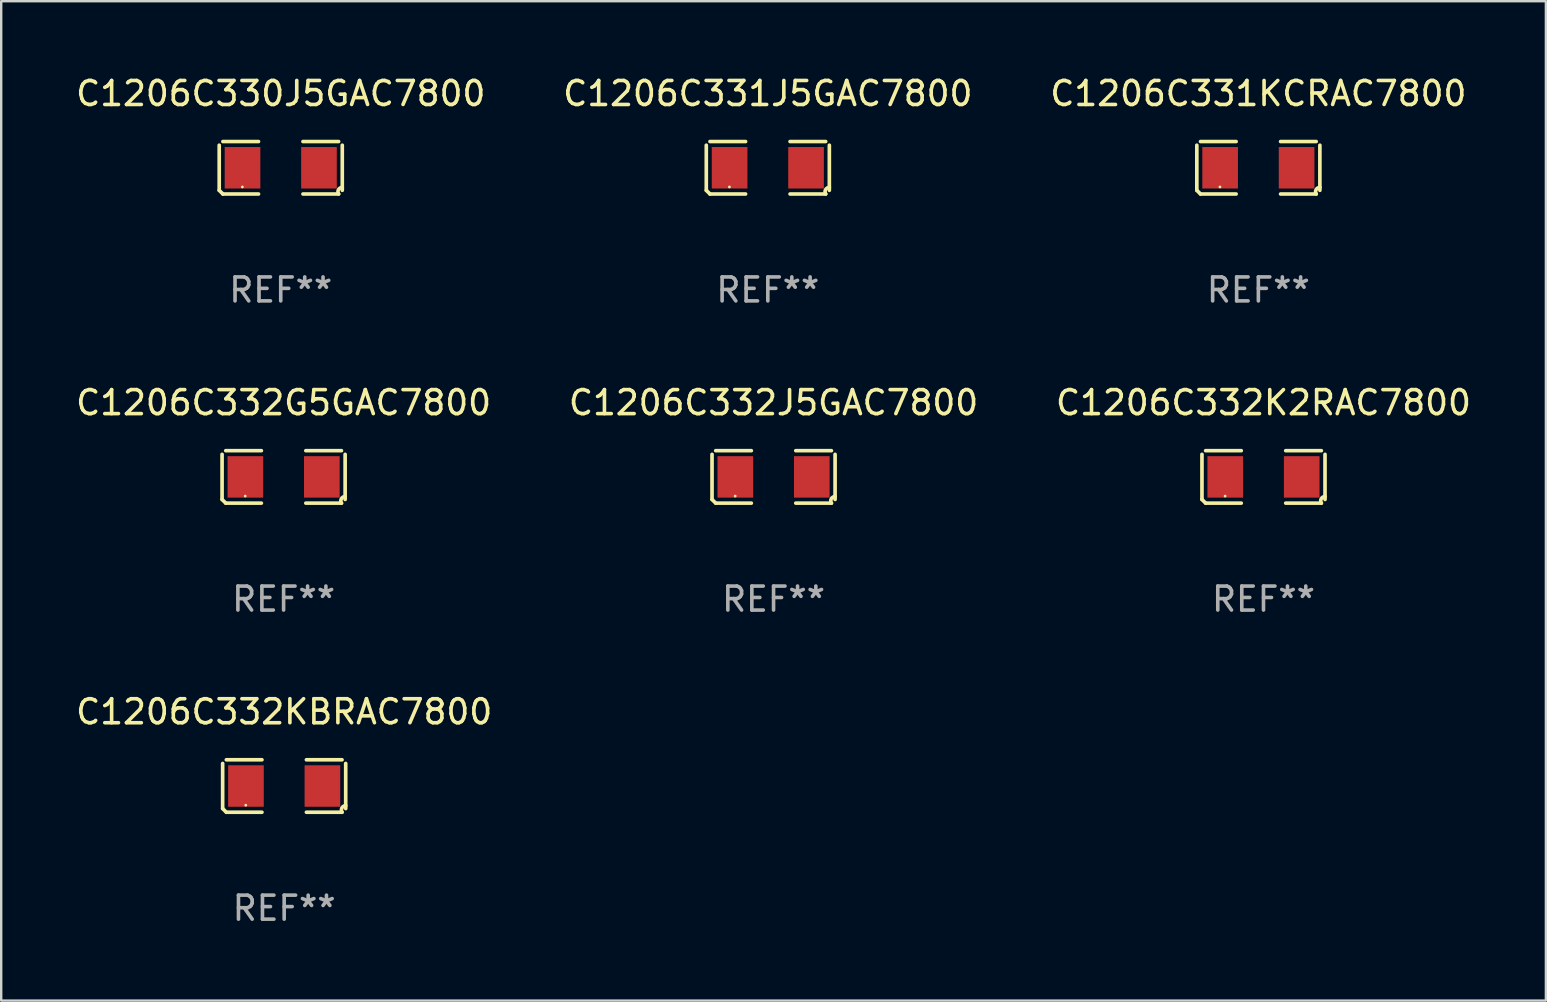
<source format=kicad_pcb>
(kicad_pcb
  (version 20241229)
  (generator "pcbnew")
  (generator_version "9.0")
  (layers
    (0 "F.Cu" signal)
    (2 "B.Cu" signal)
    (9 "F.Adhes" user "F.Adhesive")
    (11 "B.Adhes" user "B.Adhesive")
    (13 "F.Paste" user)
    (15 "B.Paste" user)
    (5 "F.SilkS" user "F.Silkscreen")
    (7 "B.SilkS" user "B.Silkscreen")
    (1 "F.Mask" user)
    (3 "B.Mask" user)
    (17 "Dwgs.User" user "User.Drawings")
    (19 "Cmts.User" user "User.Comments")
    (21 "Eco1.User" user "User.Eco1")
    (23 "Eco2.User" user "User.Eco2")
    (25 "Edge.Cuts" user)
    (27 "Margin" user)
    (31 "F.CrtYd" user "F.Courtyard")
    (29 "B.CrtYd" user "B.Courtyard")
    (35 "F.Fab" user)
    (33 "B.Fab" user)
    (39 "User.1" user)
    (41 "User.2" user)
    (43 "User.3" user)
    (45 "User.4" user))
  (footprint "C1206C332J5GAC7800"
    (layer "F.Cu")
    (at 29.185 16.823)
    (property "Reference" "C1206C332J5GAC7800" (at 0 -3.093 0) (layer "F.SilkS") (effects (font (size 1 1) (thickness 0.15))))
    (attr through_hole)
    (fp_line (start -2.564 0.94) (end -2.564 -0.94) (stroke (width 0.152) (type solid)) (layer "F.SilkS"))
    (fp_line (start -2.411 -1.093) (end -0.926 -1.093) (stroke (width 0.152) (type solid)) (layer "F.SilkS"))
    (fp_line (start -0.926 1.093) (end -2.411 1.093) (stroke (width 0.152) (type solid)) (layer "F.SilkS"))
    (fp_line (start 0.926 1.093) (end 2.411 1.093) (stroke (width 0.152) (type solid)) (layer "F.SilkS"))
    (fp_line (start 2.411 -1.093) (end 0.926 -1.093) (stroke (width 0.152) (type solid)) (layer "F.SilkS"))
    (fp_line (start 2.564 0.94) (end 2.564 -0.94) (stroke (width 0.152) (type solid)) (layer "F.SilkS"))
    (fp_arc (start -2.411201 1.092609) (mid -2.487413 1.01642) (end -2.563602 0.940208) (stroke (width 0.1524) (type solid)) (layer "F.SilkS"))
    (fp_arc (start 2.411201 1.092609) (mid 2.407159 0.911226) (end 2.563602 0.819347) (stroke (width 0.1524) (type solid)) (layer "F.SilkS"))
    (fp_circle (center -1.6 0.8) (end -1.57 0.8) (stroke (width 0.06) (type solid)) (fill no) (layer "F.SilkS"))
    (fp_text user "REF**" (at 0 5.093 0) (layer "F.Fab") (effects (font (size 1 1) (thickness 0.15))))
    (pad "1" smd rect (at -1.593 0) (size 1.485 1.728) (layers "F.Cu" "F.Mask" "F.Paste"))
    (pad "2" smd rect (at 1.593 0) (size 1.485 1.728) (layers "F.Cu" "F.Mask" "F.Paste")))
  (footprint "C1206C331J5GAC7800"
    (layer "F.Cu")
    (at 28.946 3.941)
    (property "Reference" "C1206C331J5GAC7800" (at 0 -3.093 0) (layer "F.SilkS") (effects (font (size 1 1) (thickness 0.15))))
    (attr through_hole)
    (fp_line (start -2.564 0.94) (end -2.564 -0.94) (stroke (width 0.152) (type solid)) (layer "F.SilkS"))
    (fp_line (start -2.411 -1.093) (end -0.926 -1.093) (stroke (width 0.152) (type solid)) (layer "F.SilkS"))
    (fp_line (start -0.926 1.093) (end -2.411 1.093) (stroke (width 0.152) (type solid)) (layer "F.SilkS"))
    (fp_line (start 0.926 1.093) (end 2.411 1.093) (stroke (width 0.152) (type solid)) (layer "F.SilkS"))
    (fp_line (start 2.411 -1.093) (end 0.926 -1.093) (stroke (width 0.152) (type solid)) (layer "F.SilkS"))
    (fp_line (start 2.564 0.94) (end 2.564 -0.94) (stroke (width 0.152) (type solid)) (layer "F.SilkS"))
    (fp_arc (start -2.411201 1.092609) (mid -2.487413 1.01642) (end -2.563602 0.940208) (stroke (width 0.1524) (type solid)) (layer "F.SilkS"))
    (fp_arc (start 2.411201 1.092609) (mid 2.407159 0.911226) (end 2.563602 0.819347) (stroke (width 0.1524) (type solid)) (layer "F.SilkS"))
    (fp_circle (center -1.6 0.8) (end -1.57 0.8) (stroke (width 0.06) (type solid)) (fill no) (layer "F.SilkS"))
    (fp_text user "REF**" (at 0 5.093 0) (layer "F.Fab") (effects (font (size 1 1) (thickness 0.15))))
    (pad "1" smd rect (at -1.593 0) (size 1.485 1.728) (layers "F.Cu" "F.Mask" "F.Paste"))
    (pad "2" smd rect (at 1.593 0) (size 1.485 1.728) (layers "F.Cu" "F.Mask" "F.Paste")))
  (footprint "C1206C332K2RAC7800"
    (layer "F.Cu")
    (at 49.601 16.823)
    (property "Reference" "C1206C332K2RAC7800" (at 0 -3.093 0) (layer "F.SilkS") (effects (font (size 1 1) (thickness 0.15))))
    (attr through_hole)
    (fp_line (start -2.564 0.94) (end -2.564 -0.94) (stroke (width 0.152) (type solid)) (layer "F.SilkS"))
    (fp_line (start -2.411 -1.093) (end -0.926 -1.093) (stroke (width 0.152) (type solid)) (layer "F.SilkS"))
    (fp_line (start -0.926 1.093) (end -2.411 1.093) (stroke (width 0.152) (type solid)) (layer "F.SilkS"))
    (fp_line (start 0.926 1.093) (end 2.411 1.093) (stroke (width 0.152) (type solid)) (layer "F.SilkS"))
    (fp_line (start 2.411 -1.093) (end 0.926 -1.093) (stroke (width 0.152) (type solid)) (layer "F.SilkS"))
    (fp_line (start 2.564 0.94) (end 2.564 -0.94) (stroke (width 0.152) (type solid)) (layer "F.SilkS"))
    (fp_arc (start -2.411201 1.092609) (mid -2.487413 1.01642) (end -2.563602 0.940208) (stroke (width 0.1524) (type solid)) (layer "F.SilkS"))
    (fp_arc (start 2.411201 1.092609) (mid 2.407159 0.911226) (end 2.563602 0.819347) (stroke (width 0.1524) (type solid)) (layer "F.SilkS"))
    (fp_circle (center -1.6 0.8) (end -1.57 0.8) (stroke (width 0.06) (type solid)) (fill no) (layer "F.SilkS"))
    (fp_text user "REF**" (at 0 5.093 0) (layer "F.Fab") (effects (font (size 1 1) (thickness 0.15))))
    (pad "1" smd rect (at -1.593 0) (size 1.485 1.728) (layers "F.Cu" "F.Mask" "F.Paste"))
    (pad "2" smd rect (at 1.593 0) (size 1.485 1.728) (layers "F.Cu" "F.Mask" "F.Paste")))
  (footprint "C1206C332KBRAC7800"
    (layer "F.Cu")
    (at 8.792 29.704)
    (property "Reference" "C1206C332KBRAC7800" (at 0 -3.093 0) (layer "F.SilkS") (effects (font (size 1 1) (thickness 0.15))))
    (attr through_hole)
    (fp_line (start -2.564 0.94) (end -2.564 -0.94) (stroke (width 0.152) (type solid)) (layer "F.SilkS"))
    (fp_line (start -2.411 -1.093) (end -0.926 -1.093) (stroke (width 0.152) (type solid)) (layer "F.SilkS"))
    (fp_line (start -0.926 1.093) (end -2.411 1.093) (stroke (width 0.152) (type solid)) (layer "F.SilkS"))
    (fp_line (start 0.926 1.093) (end 2.411 1.093) (stroke (width 0.152) (type solid)) (layer "F.SilkS"))
    (fp_line (start 2.411 -1.093) (end 0.926 -1.093) (stroke (width 0.152) (type solid)) (layer "F.SilkS"))
    (fp_line (start 2.564 0.94) (end 2.564 -0.94) (stroke (width 0.152) (type solid)) (layer "F.SilkS"))
    (fp_arc (start -2.411201 1.092609) (mid -2.487413 1.01642) (end -2.563602 0.940208) (stroke (width 0.1524) (type solid)) (layer "F.SilkS"))
    (fp_arc (start 2.411201 1.092609) (mid 2.407159 0.911226) (end 2.563602 0.819347) (stroke (width 0.1524) (type solid)) (layer "F.SilkS"))
    (fp_circle (center -1.6 0.8) (end -1.57 0.8) (stroke (width 0.06) (type solid)) (fill no) (layer "F.SilkS"))
    (fp_text user "REF**" (at 0 5.093 0) (layer "F.Fab") (effects (font (size 1 1) (thickness 0.15))))
    (pad "1" smd rect (at -1.593 0) (size 1.485 1.728) (layers "F.Cu" "F.Mask" "F.Paste"))
    (pad "2" smd rect (at 1.593 0) (size 1.485 1.728) (layers "F.Cu" "F.Mask" "F.Paste")))
  (footprint "C1206C330J5GAC7800"
    (layer "F.Cu")
    (at 8.649 3.941)
    (property "Reference" "C1206C330J5GAC7800" (at 0 -3.093 0) (layer "F.SilkS") (effects (font (size 1 1) (thickness 0.15))))
    (attr through_hole)
    (fp_line (start -2.564 0.94) (end -2.564 -0.94) (stroke (width 0.152) (type solid)) (layer "F.SilkS"))
    (fp_line (start -2.411 -1.093) (end -0.926 -1.093) (stroke (width 0.152) (type solid)) (layer "F.SilkS"))
    (fp_line (start -0.926 1.093) (end -2.411 1.093) (stroke (width 0.152) (type solid)) (layer "F.SilkS"))
    (fp_line (start 0.926 1.093) (end 2.411 1.093) (stroke (width 0.152) (type solid)) (layer "F.SilkS"))
    (fp_line (start 2.411 -1.093) (end 0.926 -1.093) (stroke (width 0.152) (type solid)) (layer "F.SilkS"))
    (fp_line (start 2.564 0.94) (end 2.564 -0.94) (stroke (width 0.152) (type solid)) (layer "F.SilkS"))
    (fp_arc (start -2.411201 1.092609) (mid -2.487413 1.01642) (end -2.563602 0.940208) (stroke (width 0.1524) (type solid)) (layer "F.SilkS"))
    (fp_arc (start 2.411201 1.092609) (mid 2.407159 0.911226) (end 2.563602 0.819347) (stroke (width 0.1524) (type solid)) (layer "F.SilkS"))
    (fp_circle (center -1.6 0.8) (end -1.57 0.8) (stroke (width 0.06) (type solid)) (fill no) (layer "F.SilkS"))
    (fp_text user "REF**" (at 0 5.093 0) (layer "F.Fab") (effects (font (size 1 1) (thickness 0.15))))
    (pad "1" smd rect (at -1.593 0) (size 1.485 1.728) (layers "F.Cu" "F.Mask" "F.Paste"))
    (pad "2" smd rect (at 1.593 0) (size 1.485 1.728) (layers "F.Cu" "F.Mask" "F.Paste")))
  (footprint "C1206C332G5GAC7800"
    (layer "F.Cu")
    (at 8.768 16.823)
    (property "Reference" "C1206C332G5GAC7800" (at 0 -3.093 0) (layer "F.SilkS") (effects (font (size 1 1) (thickness 0.15))))
    (attr through_hole)
    (fp_line (start -2.564 0.94) (end -2.564 -0.94) (stroke (width 0.152) (type solid)) (layer "F.SilkS"))
    (fp_line (start -2.411 -1.093) (end -0.926 -1.093) (stroke (width 0.152) (type solid)) (layer "F.SilkS"))
    (fp_line (start -0.926 1.093) (end -2.411 1.093) (stroke (width 0.152) (type solid)) (layer "F.SilkS"))
    (fp_line (start 0.926 1.093) (end 2.411 1.093) (stroke (width 0.152) (type solid)) (layer "F.SilkS"))
    (fp_line (start 2.411 -1.093) (end 0.926 -1.093) (stroke (width 0.152) (type solid)) (layer "F.SilkS"))
    (fp_line (start 2.564 0.94) (end 2.564 -0.94) (stroke (width 0.152) (type solid)) (layer "F.SilkS"))
    (fp_arc (start -2.411201 1.092609) (mid -2.487413 1.01642) (end -2.563602 0.940208) (stroke (width 0.1524) (type solid)) (layer "F.SilkS"))
    (fp_arc (start 2.411201 1.092609) (mid 2.407159 0.911226) (end 2.563602 0.819347) (stroke (width 0.1524) (type solid)) (layer "F.SilkS"))
    (fp_circle (center -1.6 0.8) (end -1.57 0.8) (stroke (width 0.06) (type solid)) (fill no) (layer "F.SilkS"))
    (fp_text user "REF**" (at 0 5.093 0) (layer "F.Fab") (effects (font (size 1 1) (thickness 0.15))))
    (pad "1" smd rect (at -1.593 0) (size 1.485 1.728) (layers "F.Cu" "F.Mask" "F.Paste"))
    (pad "2" smd rect (at 1.593 0) (size 1.485 1.728) (layers "F.Cu" "F.Mask" "F.Paste")))
  (footprint "C1206C331KCRAC7800"
    (layer "F.Cu")
    (at 49.387 3.941)
    (property "Reference" "C1206C331KCRAC7800" (at 0 -3.093 0) (layer "F.SilkS") (effects (font (size 1 1) (thickness 0.15))))
    (attr through_hole)
    (fp_line (start -2.564 0.94) (end -2.564 -0.94) (stroke (width 0.152) (type solid)) (layer "F.SilkS"))
    (fp_line (start -2.411 -1.093) (end -0.926 -1.093) (stroke (width 0.152) (type solid)) (layer "F.SilkS"))
    (fp_line (start -0.926 1.093) (end -2.411 1.093) (stroke (width 0.152) (type solid)) (layer "F.SilkS"))
    (fp_line (start 0.926 1.093) (end 2.411 1.093) (stroke (width 0.152) (type solid)) (layer "F.SilkS"))
    (fp_line (start 2.411 -1.093) (end 0.926 -1.093) (stroke (width 0.152) (type solid)) (layer "F.SilkS"))
    (fp_line (start 2.564 0.94) (end 2.564 -0.94) (stroke (width 0.152) (type solid)) (layer "F.SilkS"))
    (fp_arc (start -2.411201 1.092609) (mid -2.487413 1.01642) (end -2.563602 0.940208) (stroke (width 0.1524) (type solid)) (layer "F.SilkS"))
    (fp_arc (start 2.411201 1.092609) (mid 2.407159 0.911226) (end 2.563602 0.819347) (stroke (width 0.1524) (type solid)) (layer "F.SilkS"))
    (fp_circle (center -1.6 0.8) (end -1.57 0.8) (stroke (width 0.06) (type solid)) (fill no) (layer "F.SilkS"))
    (fp_text user "REF**" (at 0 5.093 0) (layer "F.Fab") (effects (font (size 1 1) (thickness 0.15))))
    (pad "1" smd rect (at -1.593 0) (size 1.485 1.728) (layers "F.Cu" "F.Mask" "F.Paste"))
    (pad "2" smd rect (at 1.593 0) (size 1.485 1.728) (layers "F.Cu" "F.Mask" "F.Paste")))
  (gr_rect
    (start -3 -3)
    (end 61.369 38.645)
    (stroke (width 0.1) (type default))
    (fill no)
    (layer "Edge.Cuts")))
</source>
